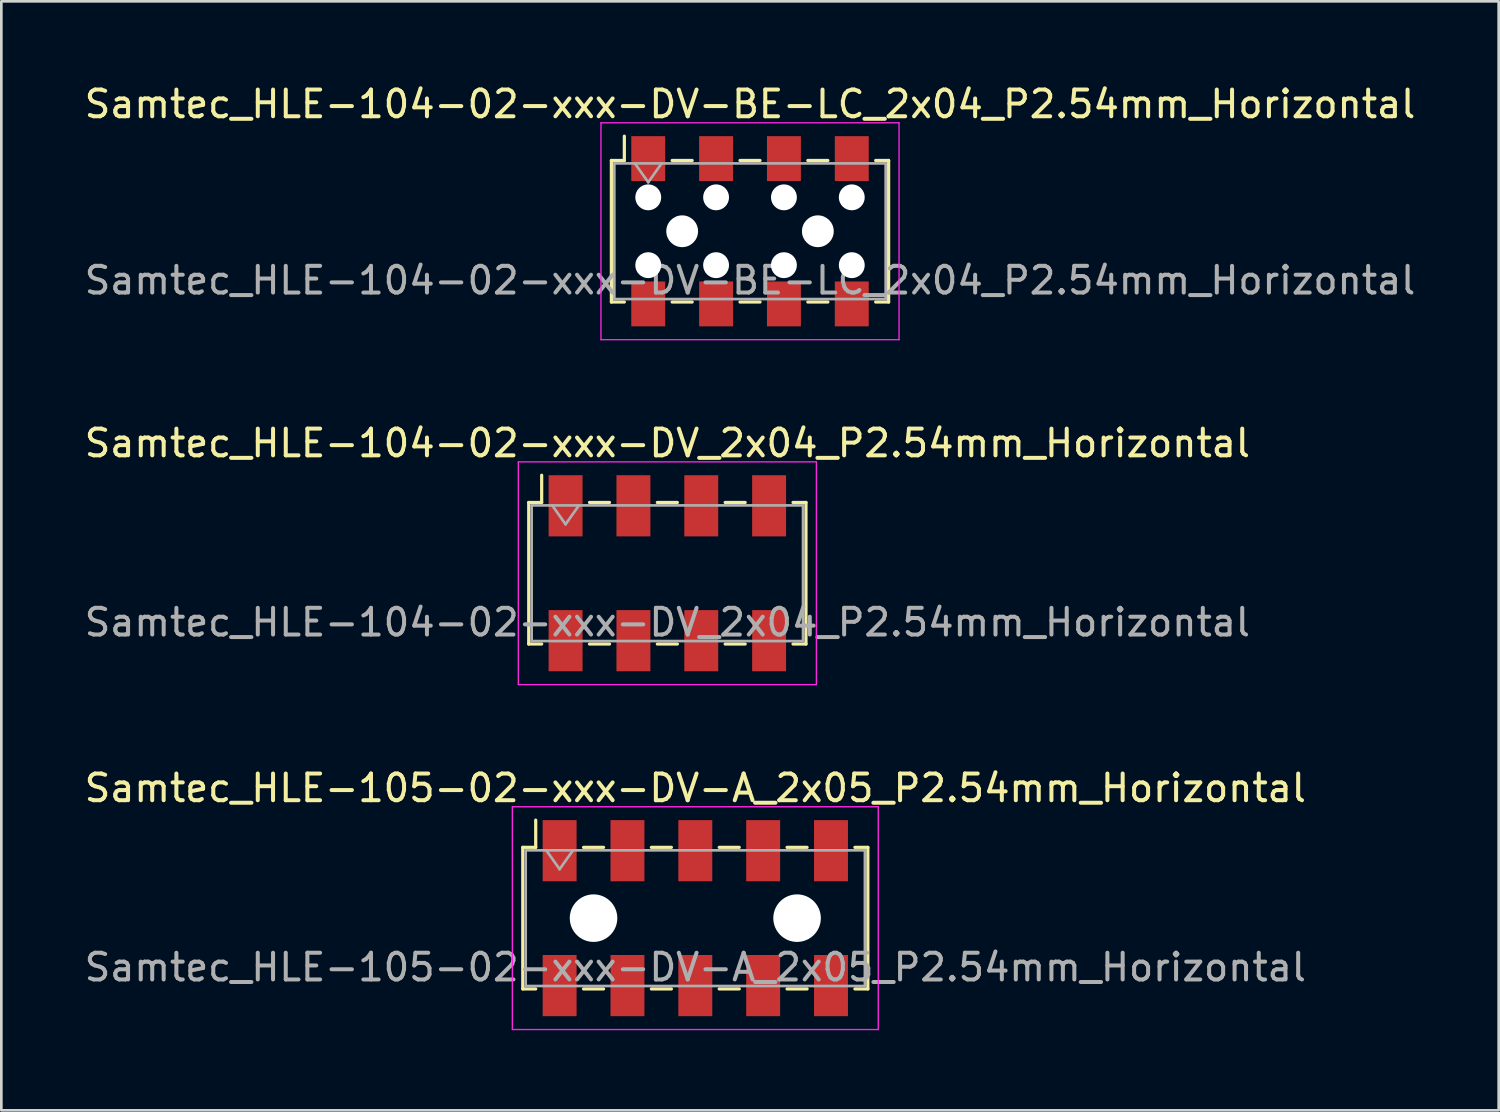
<source format=kicad_pcb>
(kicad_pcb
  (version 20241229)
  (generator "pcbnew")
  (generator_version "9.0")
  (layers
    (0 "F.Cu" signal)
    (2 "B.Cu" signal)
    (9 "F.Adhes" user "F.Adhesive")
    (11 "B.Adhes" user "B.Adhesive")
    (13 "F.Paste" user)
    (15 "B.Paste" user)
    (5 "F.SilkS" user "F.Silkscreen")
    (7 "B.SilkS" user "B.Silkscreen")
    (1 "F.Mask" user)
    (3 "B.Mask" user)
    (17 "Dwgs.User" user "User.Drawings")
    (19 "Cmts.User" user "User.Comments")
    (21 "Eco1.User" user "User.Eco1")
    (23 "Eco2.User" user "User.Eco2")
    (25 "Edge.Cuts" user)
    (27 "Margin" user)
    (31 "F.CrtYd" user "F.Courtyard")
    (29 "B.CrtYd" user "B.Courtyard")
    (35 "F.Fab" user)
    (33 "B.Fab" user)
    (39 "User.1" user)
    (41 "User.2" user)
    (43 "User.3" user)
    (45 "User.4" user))
  (footprint "Samtec_HLE-105-02-xxx-DV-A_2x05_P2.54mm_Horizontal"
    (layer "F.Cu")
    (at 22.982 31.325)
    (property "Reference" "Samtec_HLE-105-02-xxx-DV-A_2x05_P2.54mm_Horizontal" (at 0 -4.87 0) (layer "F.SilkS") (effects (font (size 1 1) (thickness 0.15))))
    (attr smd)
    (fp_line (start -6.46 -2.65) (end -6.46 2.65) (stroke (width 0.12) (type solid)) (layer "F.SilkS"))
    (fp_line (start -6.46 2.65) (end -5.975 2.65) (stroke (width 0.12) (type solid)) (layer "F.SilkS"))
    (fp_line (start -5.975 -3.67) (end -5.975 -2.65) (stroke (width 0.12) (type solid)) (layer "F.SilkS"))
    (fp_line (start -5.975 -2.65) (end -6.46 -2.65) (stroke (width 0.12) (type solid)) (layer "F.SilkS"))
    (fp_line (start -4.185 -2.65) (end -3.435 -2.65) (stroke (width 0.12) (type solid)) (layer "F.SilkS"))
    (fp_line (start -4.185 2.65) (end -3.435 2.65) (stroke (width 0.12) (type solid)) (layer "F.SilkS"))
    (fp_line (start -1.645 -2.65) (end -0.895 -2.65) (stroke (width 0.12) (type solid)) (layer "F.SilkS"))
    (fp_line (start -1.645 2.65) (end -0.895 2.65) (stroke (width 0.12) (type solid)) (layer "F.SilkS"))
    (fp_line (start 0.895 -2.65) (end 1.645 -2.65) (stroke (width 0.12) (type solid)) (layer "F.SilkS"))
    (fp_line (start 0.895 2.65) (end 1.645 2.65) (stroke (width 0.12) (type solid)) (layer "F.SilkS"))
    (fp_line (start 3.435 -2.65) (end 4.185 -2.65) (stroke (width 0.12) (type solid)) (layer "F.SilkS"))
    (fp_line (start 3.435 2.65) (end 4.185 2.65) (stroke (width 0.12) (type solid)) (layer "F.SilkS"))
    (fp_line (start 5.975 -2.65) (end 6.46 -2.65) (stroke (width 0.12) (type solid)) (layer "F.SilkS"))
    (fp_line (start 6.46 -2.65) (end 6.46 2.65) (stroke (width 0.12) (type solid)) (layer "F.SilkS"))
    (fp_line (start 6.46 2.65) (end 5.975 2.65) (stroke (width 0.12) (type solid)) (layer "F.SilkS"))
    (fp_line (start -6.85 -4.17) (end 6.85 -4.17) (stroke (width 0.05) (type solid)) (layer "F.CrtYd"))
    (fp_line (start -6.85 4.17) (end -6.85 -4.17) (stroke (width 0.05) (type solid)) (layer "F.CrtYd"))
    (fp_line (start 6.85 -4.17) (end 6.85 4.17) (stroke (width 0.05) (type solid)) (layer "F.CrtYd"))
    (fp_line (start 6.85 4.17) (end -6.85 4.17) (stroke (width 0.05) (type solid)) (layer "F.CrtYd"))
    (fp_line (start -6.35 -2.54) (end 6.35 -2.54) (stroke (width 0.1) (type solid)) (layer "F.Fab"))
    (fp_line (start -6.35 2.54) (end -6.35 -2.54) (stroke (width 0.1) (type solid)) (layer "F.Fab"))
    (fp_line (start -5.58 -2.54) (end -5.08 -1.833) (stroke (width 0.1) (type solid)) (layer "F.Fab"))
    (fp_line (start -5.08 -1.833) (end -4.58 -2.54) (stroke (width 0.1) (type solid)) (layer "F.Fab"))
    (fp_line (start 6.35 -2.54) (end 6.35 2.54) (stroke (width 0.1) (type solid)) (layer "F.Fab"))
    (fp_line (start 6.35 2.54) (end -6.35 2.54) (stroke (width 0.1) (type solid)) (layer "F.Fab"))
    (fp_text user "${REFERENCE}" (at 0 1.84 0) (layer "F.Fab") (effects (font (size 1 1) (thickness 0.15))))
    (pad "" np_thru_hole circle (at -3.81 0) (size 1.78 1.78) (drill 1.78) (layers "*.Cu" "*.Mask"))
    (pad "" np_thru_hole circle (at 3.81 0) (size 1.78 1.78) (drill 1.78) (layers "*.Cu" "*.Mask"))
    (pad "1" smd rect (at -5.08 -2.525) (size 1.27 2.29) (layers "F.Cu" "F.Mask" "F.Paste"))
    (pad "2" smd rect (at -5.08 2.525) (size 1.27 2.29) (layers "F.Cu" "F.Mask" "F.Paste"))
    (pad "3" smd rect (at -2.54 -2.525) (size 1.27 2.29) (layers "F.Cu" "F.Mask" "F.Paste"))
    (pad "4" smd rect (at -2.54 2.525) (size 1.27 2.29) (layers "F.Cu" "F.Mask" "F.Paste"))
    (pad "5" smd rect (at 0 -2.525) (size 1.27 2.29) (layers "F.Cu" "F.Mask" "F.Paste"))
    (pad "6" smd rect (at 0 2.525) (size 1.27 2.29) (layers "F.Cu" "F.Mask" "F.Paste"))
    (pad "7" smd rect (at 2.54 -2.525) (size 1.27 2.29) (layers "F.Cu" "F.Mask" "F.Paste"))
    (pad "8" smd rect (at 2.54 2.525) (size 1.27 2.29) (layers "F.Cu" "F.Mask" "F.Paste"))
    (pad "9" smd rect (at 5.08 -2.525) (size 1.27 2.29) (layers "F.Cu" "F.Mask" "F.Paste"))
    (pad "10" smd rect (at 5.08 2.525) (size 1.27 2.29) (layers "F.Cu" "F.Mask" "F.Paste")))
  (footprint "Samtec_HLE-104-02-xxx-DV_2x04_P2.54mm_Horizontal"
    (layer "F.Cu")
    (at 21.935 18.412)
    (property "Reference" "Samtec_HLE-104-02-xxx-DV_2x04_P2.54mm_Horizontal" (at 0 -4.87 0) (layer "F.SilkS") (effects (font (size 1 1) (thickness 0.15))))
    (attr smd)
    (fp_line (start -5.19 -2.65) (end -5.19 2.65) (stroke (width 0.12) (type solid)) (layer "F.SilkS"))
    (fp_line (start -5.19 2.65) (end -4.705 2.65) (stroke (width 0.12) (type solid)) (layer "F.SilkS"))
    (fp_line (start -4.705 -3.67) (end -4.705 -2.65) (stroke (width 0.12) (type solid)) (layer "F.SilkS"))
    (fp_line (start -4.705 -2.65) (end -5.19 -2.65) (stroke (width 0.12) (type solid)) (layer "F.SilkS"))
    (fp_line (start -2.915 -2.65) (end -2.165 -2.65) (stroke (width 0.12) (type solid)) (layer "F.SilkS"))
    (fp_line (start -2.915 2.65) (end -2.165 2.65) (stroke (width 0.12) (type solid)) (layer "F.SilkS"))
    (fp_line (start -0.375 -2.65) (end 0.375 -2.65) (stroke (width 0.12) (type solid)) (layer "F.SilkS"))
    (fp_line (start -0.375 2.65) (end 0.375 2.65) (stroke (width 0.12) (type solid)) (layer "F.SilkS"))
    (fp_line (start 2.165 -2.65) (end 2.915 -2.65) (stroke (width 0.12) (type solid)) (layer "F.SilkS"))
    (fp_line (start 2.165 2.65) (end 2.915 2.65) (stroke (width 0.12) (type solid)) (layer "F.SilkS"))
    (fp_line (start 4.705 -2.65) (end 5.19 -2.65) (stroke (width 0.12) (type solid)) (layer "F.SilkS"))
    (fp_line (start 5.19 -2.65) (end 5.19 2.65) (stroke (width 0.12) (type solid)) (layer "F.SilkS"))
    (fp_line (start 5.19 2.65) (end 4.705 2.65) (stroke (width 0.12) (type solid)) (layer "F.SilkS"))
    (fp_line (start -5.58 -4.17) (end 5.58 -4.17) (stroke (width 0.05) (type solid)) (layer "F.CrtYd"))
    (fp_line (start -5.58 4.17) (end -5.58 -4.17) (stroke (width 0.05) (type solid)) (layer "F.CrtYd"))
    (fp_line (start 5.58 -4.17) (end 5.58 4.17) (stroke (width 0.05) (type solid)) (layer "F.CrtYd"))
    (fp_line (start 5.58 4.17) (end -5.58 4.17) (stroke (width 0.05) (type solid)) (layer "F.CrtYd"))
    (fp_line (start -5.08 -2.54) (end 5.08 -2.54) (stroke (width 0.1) (type solid)) (layer "F.Fab"))
    (fp_line (start -5.08 2.54) (end -5.08 -2.54) (stroke (width 0.1) (type solid)) (layer "F.Fab"))
    (fp_line (start -4.31 -2.54) (end -3.81 -1.833) (stroke (width 0.1) (type solid)) (layer "F.Fab"))
    (fp_line (start -3.81 -1.833) (end -3.31 -2.54) (stroke (width 0.1) (type solid)) (layer "F.Fab"))
    (fp_line (start 5.08 -2.54) (end 5.08 2.54) (stroke (width 0.1) (type solid)) (layer "F.Fab"))
    (fp_line (start 5.08 2.54) (end -5.08 2.54) (stroke (width 0.1) (type solid)) (layer "F.Fab"))
    (fp_text user "${REFERENCE}" (at 0 1.84 0) (layer "F.Fab") (effects (font (size 1 1) (thickness 0.15))))
    (pad "1" smd rect (at -3.81 -2.525) (size 1.27 2.29) (layers "F.Cu" "F.Mask" "F.Paste"))
    (pad "2" smd rect (at -3.81 2.525) (size 1.27 2.29) (layers "F.Cu" "F.Mask" "F.Paste"))
    (pad "3" smd rect (at -1.27 -2.525) (size 1.27 2.29) (layers "F.Cu" "F.Mask" "F.Paste"))
    (pad "4" smd rect (at -1.27 2.525) (size 1.27 2.29) (layers "F.Cu" "F.Mask" "F.Paste"))
    (pad "5" smd rect (at 1.27 -2.525) (size 1.27 2.29) (layers "F.Cu" "F.Mask" "F.Paste"))
    (pad "6" smd rect (at 1.27 2.525) (size 1.27 2.29) (layers "F.Cu" "F.Mask" "F.Paste"))
    (pad "7" smd rect (at 3.81 -2.525) (size 1.27 2.29) (layers "F.Cu" "F.Mask" "F.Paste"))
    (pad "8" smd rect (at 3.81 2.525) (size 1.27 2.29) (layers "F.Cu" "F.Mask" "F.Paste")))
  (footprint "Samtec_HLE-104-02-xxx-DV-BE-LC_2x04_P2.54mm_Horizontal"
    (layer "F.Cu")
    (at 25.03 5.608)
    (property "Reference" "Samtec_HLE-104-02-xxx-DV-BE-LC_2x04_P2.54mm_Horizontal" (at 0 -4.76 0) (layer "F.SilkS") (effects (font (size 1 1) (thickness 0.15))))
    (attr smd)
    (fp_line (start -5.19 -2.65) (end -5.19 2.65) (stroke (width 0.12) (type solid)) (layer "F.SilkS"))
    (fp_line (start -5.19 2.65) (end -4.705 2.65) (stroke (width 0.12) (type solid)) (layer "F.SilkS"))
    (fp_line (start -4.705 -3.56) (end -4.705 -2.65) (stroke (width 0.12) (type solid)) (layer "F.SilkS"))
    (fp_line (start -4.705 -2.65) (end -5.19 -2.65) (stroke (width 0.12) (type solid)) (layer "F.SilkS"))
    (fp_line (start -2.915 -2.65) (end -2.165 -2.65) (stroke (width 0.12) (type solid)) (layer "F.SilkS"))
    (fp_line (start -2.915 2.65) (end -2.165 2.65) (stroke (width 0.12) (type solid)) (layer "F.SilkS"))
    (fp_line (start -0.375 -2.65) (end 0.375 -2.65) (stroke (width 0.12) (type solid)) (layer "F.SilkS"))
    (fp_line (start -0.375 2.65) (end 0.375 2.65) (stroke (width 0.12) (type solid)) (layer "F.SilkS"))
    (fp_line (start 2.165 -2.65) (end 2.915 -2.65) (stroke (width 0.12) (type solid)) (layer "F.SilkS"))
    (fp_line (start 2.165 2.65) (end 2.915 2.65) (stroke (width 0.12) (type solid)) (layer "F.SilkS"))
    (fp_line (start 4.705 -2.65) (end 5.19 -2.65) (stroke (width 0.12) (type solid)) (layer "F.SilkS"))
    (fp_line (start 5.19 -2.65) (end 5.19 2.65) (stroke (width 0.12) (type solid)) (layer "F.SilkS"))
    (fp_line (start 5.19 2.65) (end 4.705 2.65) (stroke (width 0.12) (type solid)) (layer "F.SilkS"))
    (fp_line (start -5.58 -4.06) (end 5.58 -4.06) (stroke (width 0.05) (type solid)) (layer "F.CrtYd"))
    (fp_line (start -5.58 4.06) (end -5.58 -4.06) (stroke (width 0.05) (type solid)) (layer "F.CrtYd"))
    (fp_line (start 5.58 -4.06) (end 5.58 4.06) (stroke (width 0.05) (type solid)) (layer "F.CrtYd"))
    (fp_line (start 5.58 4.06) (end -5.58 4.06) (stroke (width 0.05) (type solid)) (layer "F.CrtYd"))
    (fp_line (start -5.08 -2.54) (end 5.08 -2.54) (stroke (width 0.1) (type solid)) (layer "F.Fab"))
    (fp_line (start -5.08 2.54) (end -5.08 -2.54) (stroke (width 0.1) (type solid)) (layer "F.Fab"))
    (fp_line (start -4.31 -2.54) (end -3.81 -1.833) (stroke (width 0.1) (type solid)) (layer "F.Fab"))
    (fp_line (start -3.81 -1.833) (end -3.31 -2.54) (stroke (width 0.1) (type solid)) (layer "F.Fab"))
    (fp_line (start 5.08 -2.54) (end 5.08 2.54) (stroke (width 0.1) (type solid)) (layer "F.Fab"))
    (fp_line (start 5.08 2.54) (end -5.08 2.54) (stroke (width 0.1) (type solid)) (layer "F.Fab"))
    (fp_text user "${REFERENCE}" (at 0 1.84 0) (layer "F.Fab") (effects (font (size 1 1) (thickness 0.15))))
    (pad "" np_thru_hole circle (at -3.81 -1.27) (size 0.97 0.97) (drill 0.97) (layers "*.Cu" "*.Mask"))
    (pad "" np_thru_hole circle (at -3.81 1.27) (size 0.97 0.97) (drill 0.97) (layers "*.Cu" "*.Mask"))
    (pad "" np_thru_hole circle (at -2.54 0) (size 1.19 1.19) (drill 1.19) (layers "*.Cu" "*.Mask"))
    (pad "" np_thru_hole circle (at -1.27 -1.27) (size 0.97 0.97) (drill 0.97) (layers "*.Cu" "*.Mask"))
    (pad "" np_thru_hole circle (at -1.27 1.27) (size 0.97 0.97) (drill 0.97) (layers "*.Cu" "*.Mask"))
    (pad "" np_thru_hole circle (at 1.27 -1.27) (size 0.97 0.97) (drill 0.97) (layers "*.Cu" "*.Mask"))
    (pad "" np_thru_hole circle (at 1.27 1.27) (size 0.97 0.97) (drill 0.97) (layers "*.Cu" "*.Mask"))
    (pad "" np_thru_hole circle (at 2.54 0) (size 1.19 1.19) (drill 1.19) (layers "*.Cu" "*.Mask"))
    (pad "" np_thru_hole circle (at 3.81 -1.27) (size 0.97 0.97) (drill 0.97) (layers "*.Cu" "*.Mask"))
    (pad "" np_thru_hole circle (at 3.81 1.27) (size 0.97 0.97) (drill 0.97) (layers "*.Cu" "*.Mask"))
    (pad "1" smd rect (at -3.81 -2.72) (size 1.27 1.68) (layers "F.Cu" "F.Mask" "F.Paste"))
    (pad "2" smd rect (at -3.81 2.72) (size 1.27 1.68) (layers "F.Cu" "F.Mask" "F.Paste"))
    (pad "3" smd rect (at -1.27 -2.72) (size 1.27 1.68) (layers "F.Cu" "F.Mask" "F.Paste"))
    (pad "4" smd rect (at -1.27 2.72) (size 1.27 1.68) (layers "F.Cu" "F.Mask" "F.Paste"))
    (pad "5" smd rect (at 1.27 -2.72) (size 1.27 1.68) (layers "F.Cu" "F.Mask" "F.Paste"))
    (pad "6" smd rect (at 1.27 2.72) (size 1.27 1.68) (layers "F.Cu" "F.Mask" "F.Paste"))
    (pad "7" smd rect (at 3.81 -2.72) (size 1.27 1.68) (layers "F.Cu" "F.Mask" "F.Paste"))
    (pad "8" smd rect (at 3.81 2.72) (size 1.27 1.68) (layers "F.Cu" "F.Mask" "F.Paste")))
  (gr_rect
    (start -3 -3)
    (end 53.06 38.52)
    (stroke (width 0.1) (type default))
    (fill no)
    (layer "Edge.Cuts")))
</source>
